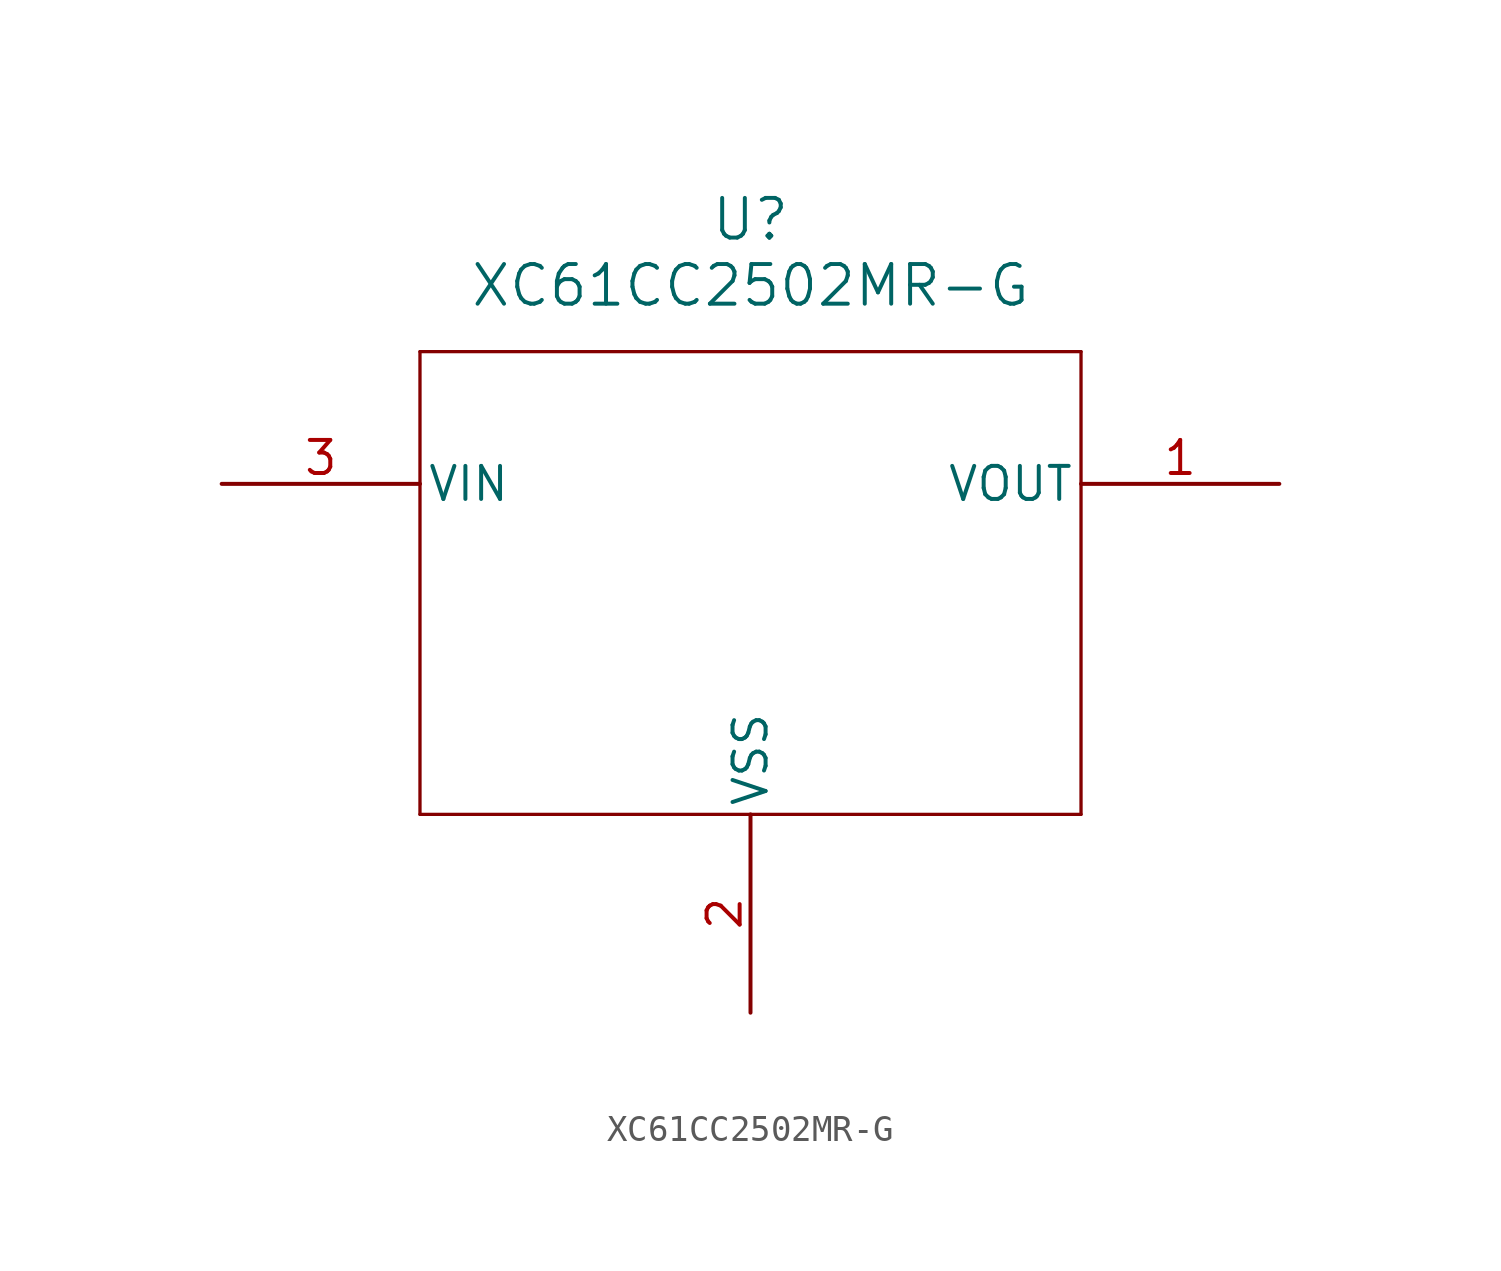
<source format=kicad_sym>
(kicad_symbol_lib
  (version 20211014)
  (generator kicad_symbol_editor)
  (symbol "XC61CC2502MR-G"
    (pin_names
      (offset 0.254))
    (property "Reference" "U"
      (at 20.32 10.16 0)
      (effects (font (size 1.524 1.524))))
    (property "Value" "XC61CC2502MR-G"
      (at 20.32 7.62 0)
      (effects (font (size 1.524 1.524))))
    (symbol "XC61CC2502MR-G_0_1"
      (polyline (pts (xy 7.62 5.08) (xy 7.62 -12.7)) (stroke (width 0.127) (type default) (color 0 0 0 0)) (fill (type none)))
      (polyline (pts (xy 7.62 -12.7) (xy 33.02 -12.7)) (stroke (width 0.127) (type default) (color 0 0 0 0)) (fill (type none)))
      (polyline (pts (xy 33.02 -12.7) (xy 33.02 5.08)) (stroke (width 0.127) (type default) (color 0 0 0 0)) (fill (type none)))
      (polyline (pts (xy 33.02 5.08) (xy 7.62 5.08)) (stroke (width 0.127) (type default) (color 0 0 0 0)) (fill (type none)))
      (pin output line (at 40.64 0 180) (length 7.62) (name "VOUT" (effects (font (size 1.27 1.27)))) (number "1" (effects (font (size 1.27 1.27)))))
      (pin power_out line (at 20.32 -20.32 90) (length 7.62) (name "VSS" (effects (font (size 1.27 1.27)))) (number "2" (effects (font (size 1.27 1.27)))))
      (pin power_in line (at 0 0 0) (length 7.62) (name "VIN" (effects (font (size 1.27 1.27)))) (number "3" (effects (font (size 1.27 1.27))))))))
</source>
